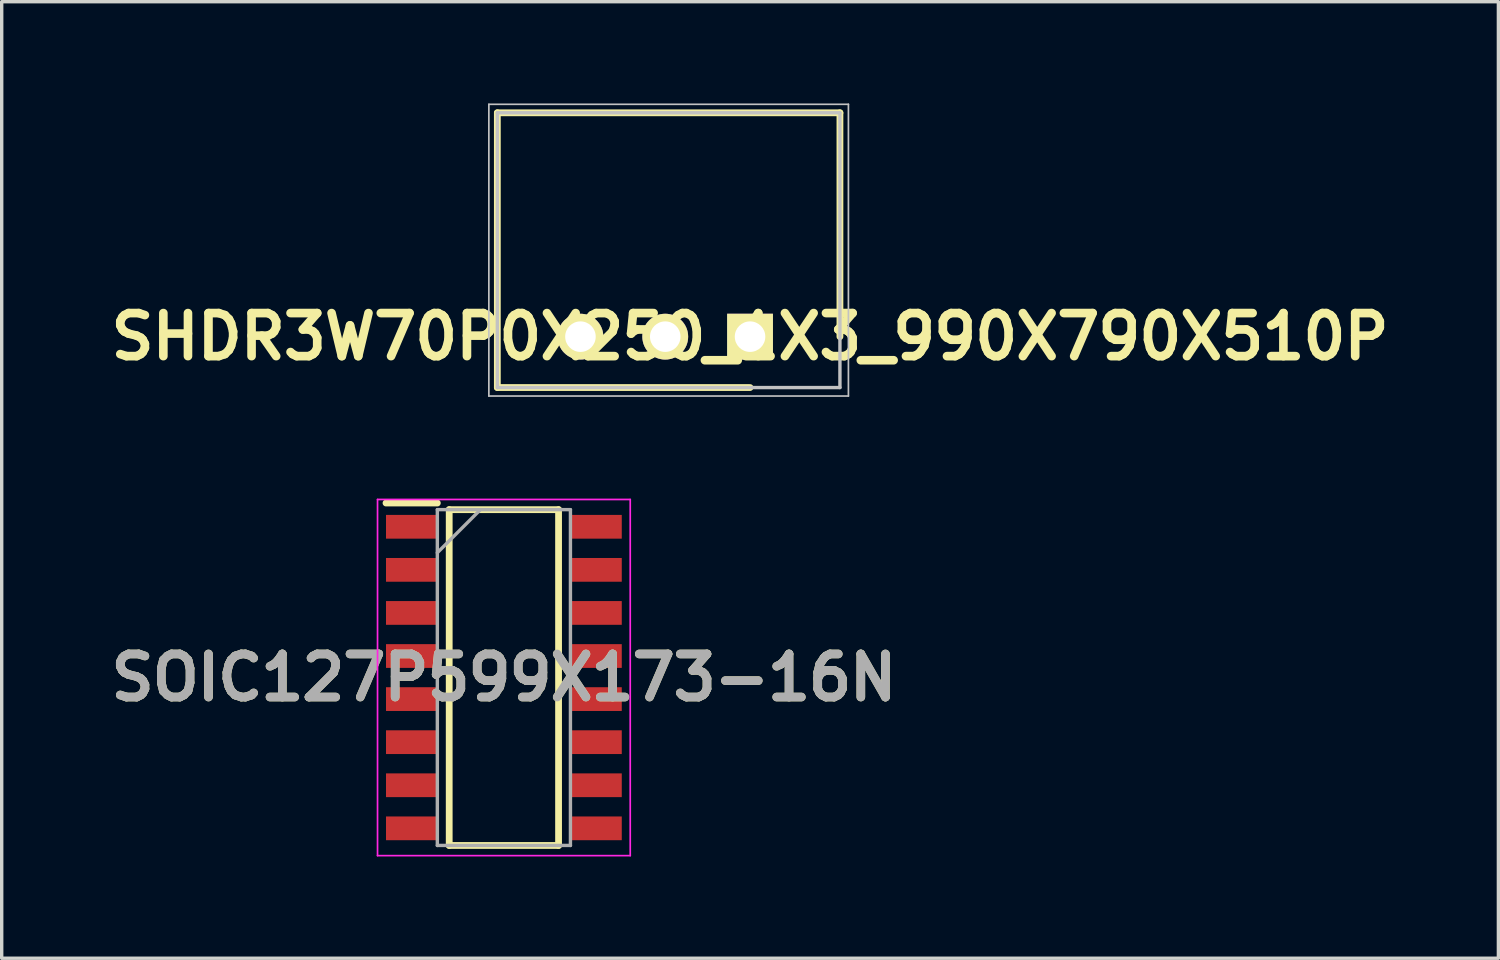
<source format=kicad_pcb>
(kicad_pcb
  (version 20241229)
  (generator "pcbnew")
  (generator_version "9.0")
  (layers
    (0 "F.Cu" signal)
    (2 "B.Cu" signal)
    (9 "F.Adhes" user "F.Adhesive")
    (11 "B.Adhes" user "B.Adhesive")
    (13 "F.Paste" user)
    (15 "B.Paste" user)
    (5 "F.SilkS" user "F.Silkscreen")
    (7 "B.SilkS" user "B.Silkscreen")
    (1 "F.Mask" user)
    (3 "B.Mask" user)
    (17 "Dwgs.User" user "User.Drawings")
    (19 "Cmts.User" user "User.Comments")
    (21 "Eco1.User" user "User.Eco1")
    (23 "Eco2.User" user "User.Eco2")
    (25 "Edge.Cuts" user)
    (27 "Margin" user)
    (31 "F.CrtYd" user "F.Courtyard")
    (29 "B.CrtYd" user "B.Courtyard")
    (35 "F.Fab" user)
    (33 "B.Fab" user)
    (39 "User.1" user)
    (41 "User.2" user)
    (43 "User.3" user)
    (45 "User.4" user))
  (footprint "SOIC127P599X173-16N"
    (layer "F.Cu")
    (at 11.805 16.925)
    (property "Reference" "SOIC127P599X173-16N" (at 0 0 0) (layer "F.SilkS") (effects (font (size 1.27 1.27) (thickness 0.254))))
    (attr smd)
    (fp_line (start -3.475 -5.145) (end -1.962 -5.145) (stroke (width 0.2) (type solid)) (layer "F.SilkS"))
    (fp_line (start -1.612 -4.95) (end 1.612 -4.95) (stroke (width 0.2) (type solid)) (layer "F.SilkS"))
    (fp_line (start -1.612 4.95) (end -1.612 -4.95) (stroke (width 0.2) (type solid)) (layer "F.SilkS"))
    (fp_line (start 1.612 -4.95) (end 1.612 4.95) (stroke (width 0.2) (type solid)) (layer "F.SilkS"))
    (fp_line (start 1.612 4.95) (end -1.612 4.95) (stroke (width 0.2) (type solid)) (layer "F.SilkS"))
    (fp_line (start -3.725 -5.25) (end 3.725 -5.25) (stroke (width 0.05) (type solid)) (layer "F.CrtYd"))
    (fp_line (start -3.725 5.25) (end -3.725 -5.25) (stroke (width 0.05) (type solid)) (layer "F.CrtYd"))
    (fp_line (start 3.725 -5.25) (end 3.725 5.25) (stroke (width 0.05) (type solid)) (layer "F.CrtYd"))
    (fp_line (start 3.725 5.25) (end -3.725 5.25) (stroke (width 0.05) (type solid)) (layer "F.CrtYd"))
    (fp_line (start -1.962 -4.95) (end 1.962 -4.95) (stroke (width 0.1) (type solid)) (layer "F.Fab"))
    (fp_line (start -1.962 -3.68) (end -0.692 -4.95) (stroke (width 0.1) (type solid)) (layer "F.Fab"))
    (fp_line (start -1.962 4.95) (end -1.962 -4.95) (stroke (width 0.1) (type solid)) (layer "F.Fab"))
    (fp_line (start 1.962 -4.95) (end 1.962 4.95) (stroke (width 0.1) (type solid)) (layer "F.Fab"))
    (fp_line (start 1.962 4.95) (end -1.962 4.95) (stroke (width 0.1) (type solid)) (layer "F.Fab"))
    (fp_text user "${REFERENCE}" (at 0 0 0) (layer "F.Fab") (effects (font (size 1.27 1.27) (thickness 0.254))))
    (pad "1" smd rect (at -2.719 -4.445 90) (size 0.7 1.513) (layers "F.Cu" "F.Mask" "F.Paste"))
    (pad "2" smd rect (at -2.719 -3.175 90) (size 0.7 1.513) (layers "F.Cu" "F.Mask" "F.Paste"))
    (pad "3" smd rect (at -2.719 -1.905 90) (size 0.7 1.513) (layers "F.Cu" "F.Mask" "F.Paste"))
    (pad "4" smd rect (at -2.719 -0.635 90) (size 0.7 1.513) (layers "F.Cu" "F.Mask" "F.Paste"))
    (pad "5" smd rect (at -2.719 0.635 90) (size 0.7 1.513) (layers "F.Cu" "F.Mask" "F.Paste"))
    (pad "6" smd rect (at -2.719 1.905 90) (size 0.7 1.513) (layers "F.Cu" "F.Mask" "F.Paste"))
    (pad "7" smd rect (at -2.719 3.175 90) (size 0.7 1.513) (layers "F.Cu" "F.Mask" "F.Paste"))
    (pad "8" smd rect (at -2.719 4.445 90) (size 0.7 1.513) (layers "F.Cu" "F.Mask" "F.Paste"))
    (pad "9" smd rect (at 2.719 4.445 90) (size 0.7 1.513) (layers "F.Cu" "F.Mask" "F.Paste"))
    (pad "10" smd rect (at 2.719 3.175 90) (size 0.7 1.513) (layers "F.Cu" "F.Mask" "F.Paste"))
    (pad "11" smd rect (at 2.719 1.905 90) (size 0.7 1.513) (layers "F.Cu" "F.Mask" "F.Paste"))
    (pad "12" smd rect (at 2.719 0.635 90) (size 0.7 1.513) (layers "F.Cu" "F.Mask" "F.Paste"))
    (pad "13" smd rect (at 2.719 -0.635 90) (size 0.7 1.513) (layers "F.Cu" "F.Mask" "F.Paste"))
    (pad "14" smd rect (at 2.719 -1.905 90) (size 0.7 1.513) (layers "F.Cu" "F.Mask" "F.Paste"))
    (pad "15" smd rect (at 2.719 -3.175 90) (size 0.7 1.513) (layers "F.Cu" "F.Mask" "F.Paste"))
    (pad "16" smd rect (at 2.719 -4.445 90) (size 0.7 1.513) (layers "F.Cu" "F.Mask" "F.Paste")))
  (footprint "SHDR3W70P0X250_1X3_990X790X510P"
    (layer "F.Cu")
    (at 19.062 6.875)
    (property "Reference" "SHDR3W70P0X250_1X3_990X790X510P" (at 0 0 0) (layer "F.SilkS") (effects (font (size 1.27 1.27) (thickness 0.254))))
    (attr through_hole)
    (fp_line (start -7.45 -6.6) (end 2.65 -6.6) (stroke (width 0.2) (type solid)) (layer "F.SilkS"))
    (fp_line (start -7.45 1.5) (end -7.45 -6.6) (stroke (width 0.2) (type solid)) (layer "F.SilkS"))
    (fp_line (start 0 1.5) (end -7.45 1.5) (stroke (width 0.2) (type solid)) (layer "F.SilkS"))
    (fp_line (start 2.65 -6.6) (end 2.65 0) (stroke (width 0.2) (type solid)) (layer "F.SilkS"))
    (fp_line (start -7.7 -6.85) (end 2.9 -6.85) (stroke (width 0.05) (type solid)) (layer "Dwgs.User"))
    (fp_line (start -7.7 1.75) (end -7.7 -6.85) (stroke (width 0.05) (type solid)) (layer "Dwgs.User"))
    (fp_line (start -7.45 -6.6) (end 2.65 -6.6) (stroke (width 0.1) (type solid)) (layer "Dwgs.User"))
    (fp_line (start -7.45 1.5) (end -7.45 -6.6) (stroke (width 0.1) (type solid)) (layer "Dwgs.User"))
    (fp_line (start 2.65 -6.6) (end 2.65 1.5) (stroke (width 0.1) (type solid)) (layer "Dwgs.User"))
    (fp_line (start 2.65 1.5) (end -7.45 1.5) (stroke (width 0.1) (type solid)) (layer "Dwgs.User"))
    (fp_line (start 2.9 -6.85) (end 2.9 1.75) (stroke (width 0.05) (type solid)) (layer "Dwgs.User"))
    (fp_line (start 2.9 1.75) (end -7.7 1.75) (stroke (width 0.05) (type solid)) (layer "Dwgs.User"))
    (pad "1" thru_hole rect (at 0 0 90) (size 1.35 1.35) (drill 0.9) (layers "*.Cu" "*.Mask" "F.SilkS"))
    (pad "2" thru_hole circle (at -2.5 0 90) (size 1.35 1.35) (drill 0.9) (layers "*.Cu" "*.Mask" "F.SilkS"))
    (pad "3" thru_hole circle (at -5 0 90) (size 1.35 1.35) (drill 0.9) (layers "*.Cu" "*.Mask" "F.SilkS")))
  (gr_rect
    (start -3 -3)
    (end 41.124 25.2)
    (stroke (width 0.1) (type default))
    (fill no)
    (layer "Edge.Cuts")))
</source>
